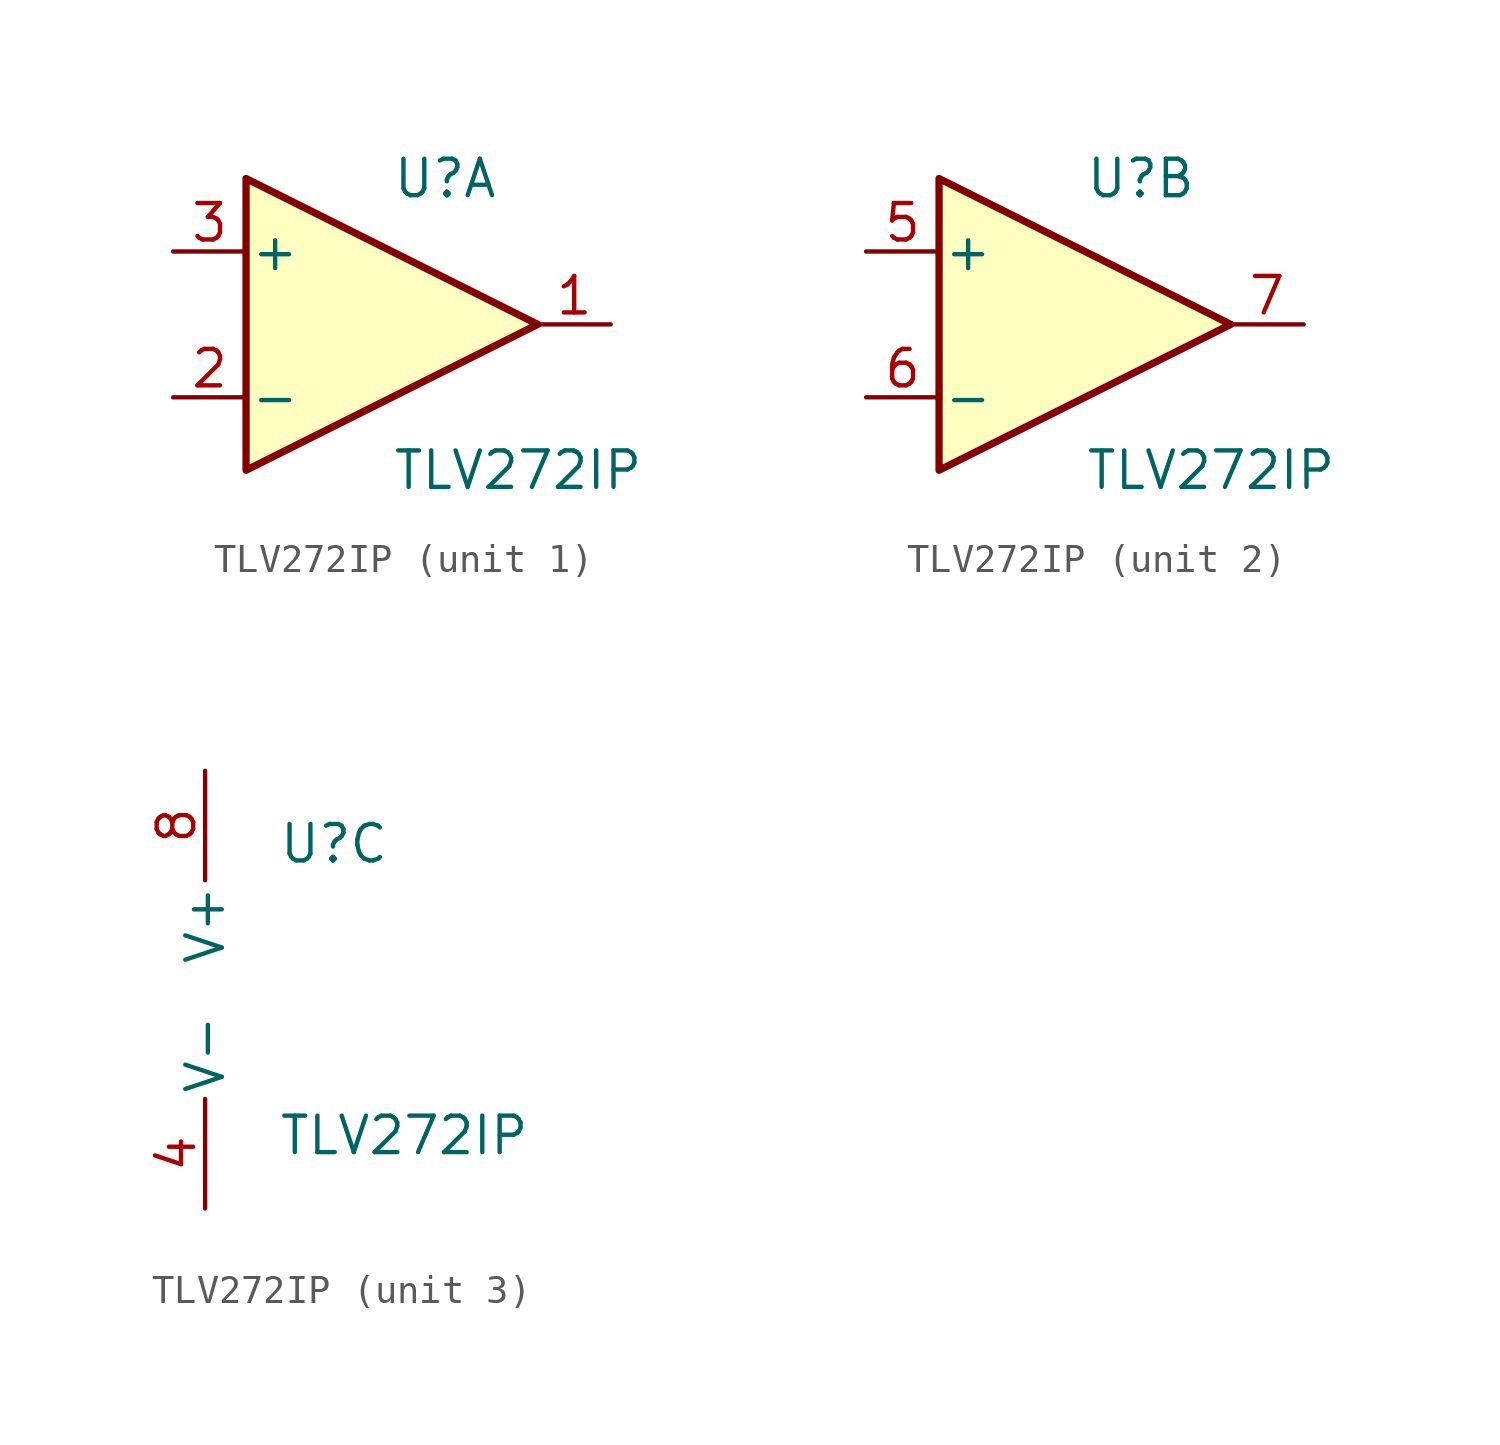
<source format=kicad_sym>
(kicad_symbol_lib
  (version 20231120)
  (generator "kicad_symbol_editor")
  (generator_version "8.0")
  (symbol "TLV272IP"
    (pin_names
      (offset 0.127))
    (property "Reference" "U"
      (at 0 5.08 0)
      (effects (font (size 1.27 1.27)) (justify left)))
    (property "Value" "TLV272IP"
      (at 0 -5.08 0)
      (effects (font (size 1.27 1.27)) (justify left)))
    (property "ki_locked" ""
      (at 0 0 0)
      (effects (font (size 1.27 1.27))))
    (symbol "TLV272IP_1_1"
      (polyline (pts (xy -5.08 5.08) (xy 5.08 0) (xy -5.08 -5.08) (xy -5.08 5.08)) (stroke (width 0.254) (type default)) (fill (type background)))
      (pin output line (at 7.62 0 180) (length 2.54) (name "~" (effects (font (size 1.27 1.27)))) (number "1" (effects (font (size 1.27 1.27)))))
      (pin input line (at -7.62 -2.54 0) (length 2.54) (name "-" (effects (font (size 1.27 1.27)))) (number "2" (effects (font (size 1.27 1.27)))))
      (pin input line (at -7.62 2.54 0) (length 2.54) (name "+" (effects (font (size 1.27 1.27)))) (number "3" (effects (font (size 1.27 1.27))))))
    (symbol "TLV272IP_2_1"
      (polyline (pts (xy -5.08 5.08) (xy 5.08 0) (xy -5.08 -5.08) (xy -5.08 5.08)) (stroke (width 0.254) (type default)) (fill (type background)))
      (pin input line (at -7.62 2.54 0) (length 2.54) (name "+" (effects (font (size 1.27 1.27)))) (number "5" (effects (font (size 1.27 1.27)))))
      (pin input line (at -7.62 -2.54 0) (length 2.54) (name "-" (effects (font (size 1.27 1.27)))) (number "6" (effects (font (size 1.27 1.27)))))
      (pin output line (at 7.62 0 180) (length 2.54) (name "~" (effects (font (size 1.27 1.27)))) (number "7" (effects (font (size 1.27 1.27))))))
    (symbol "TLV272IP_3_1"
      (pin power_in line (at -2.54 -7.62 90) (length 3.81) (name "V-" (effects (font (size 1.27 1.27)))) (number "4" (effects (font (size 1.27 1.27)))))
      (pin power_in line (at -2.54 7.62 270) (length 3.81) (name "V+" (effects (font (size 1.27 1.27)))) (number "8" (effects (font (size 1.27 1.27))))))))
</source>
